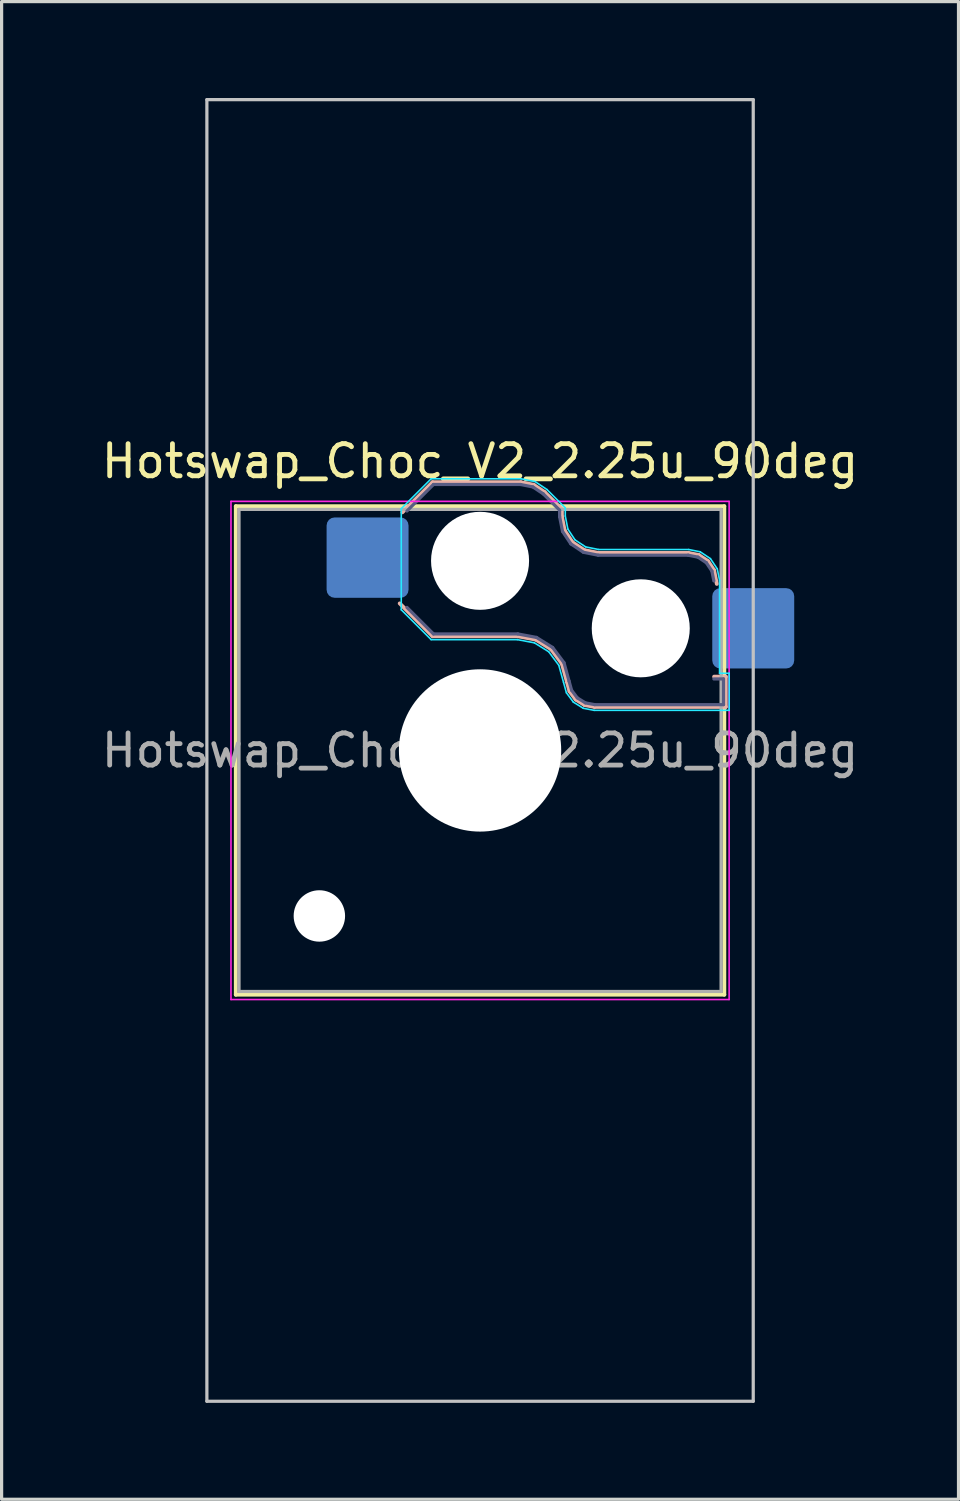
<source format=kicad_pcb>
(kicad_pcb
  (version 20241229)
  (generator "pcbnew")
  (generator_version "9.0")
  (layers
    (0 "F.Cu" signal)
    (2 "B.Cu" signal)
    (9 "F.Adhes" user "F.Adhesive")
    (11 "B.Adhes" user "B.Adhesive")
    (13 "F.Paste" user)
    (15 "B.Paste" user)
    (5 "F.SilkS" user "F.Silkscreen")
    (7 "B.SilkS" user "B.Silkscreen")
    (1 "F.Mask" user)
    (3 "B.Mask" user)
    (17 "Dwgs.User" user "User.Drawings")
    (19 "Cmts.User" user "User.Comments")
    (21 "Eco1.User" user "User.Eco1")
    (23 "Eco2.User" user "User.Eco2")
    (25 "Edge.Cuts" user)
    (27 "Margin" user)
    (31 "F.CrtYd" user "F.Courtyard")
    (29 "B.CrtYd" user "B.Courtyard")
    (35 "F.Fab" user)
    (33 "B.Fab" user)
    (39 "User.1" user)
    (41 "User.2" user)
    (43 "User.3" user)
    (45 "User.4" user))
  (footprint "Hotswap_Choc_V2_2.25u_90deg"
    (layer "F.Cu")
    (at 11.887 20.3)
    (property "Reference" "Hotswap_Choc_V2_2.25u_90deg" (at 0 -9 0) (layer "F.SilkS") (effects (font (size 1 1) (thickness 0.15))))
    (attr smd)
    (fp_line (start -7.6 -7.6) (end -7.6 7.6) (stroke (width 0.12) (type solid)) (layer "F.SilkS"))
    (fp_line (start -7.6 7.6) (end 7.6 7.6) (stroke (width 0.12) (type solid)) (layer "F.SilkS"))
    (fp_line (start 7.6 -7.6) (end -7.6 -7.6) (stroke (width 0.12) (type solid)) (layer "F.SilkS"))
    (fp_line (start 7.6 7.6) (end 7.6 -7.6) (stroke (width 0.12) (type solid)) (layer "F.SilkS"))
    (fp_line (start -2.416 -7.409) (end -1.479 -8.346) (stroke (width 0.12) (type solid)) (layer "B.SilkS"))
    (fp_line (start -1.479 -8.346) (end 1.268 -8.346) (stroke (width 0.12) (type solid)) (layer "B.SilkS"))
    (fp_line (start -1.479 -3.554) (end -2.5 -4.575) (stroke (width 0.12) (type solid)) (layer "B.SilkS"))
    (fp_line (start 1.168 -3.554) (end -1.479 -3.554) (stroke (width 0.12) (type solid)) (layer "B.SilkS"))
    (fp_line (start 1.268 -8.346) (end 1.671 -8.266) (stroke (width 0.12) (type solid)) (layer "B.SilkS"))
    (fp_line (start 1.671 -8.266) (end 2.013 -8.037) (stroke (width 0.12) (type solid)) (layer "B.SilkS"))
    (fp_line (start 1.73 -3.449) (end 1.168 -3.554) (stroke (width 0.12) (type solid)) (layer "B.SilkS"))
    (fp_line (start 2.013 -8.037) (end 2.546 -7.504) (stroke (width 0.12) (type solid)) (layer "B.SilkS"))
    (fp_line (start 2.209 -3.15) (end 1.73 -3.449) (stroke (width 0.12) (type solid)) (layer "B.SilkS"))
    (fp_line (start 2.546 -7.504) (end 2.546 -7.282) (stroke (width 0.12) (type solid)) (layer "B.SilkS"))
    (fp_line (start 2.546 -7.282) (end 2.633 -6.844) (stroke (width 0.12) (type solid)) (layer "B.SilkS"))
    (fp_line (start 2.547 -2.697) (end 2.209 -3.15) (stroke (width 0.12) (type solid)) (layer "B.SilkS"))
    (fp_line (start 2.633 -6.844) (end 2.877 -6.477) (stroke (width 0.12) (type solid)) (layer "B.SilkS"))
    (fp_line (start 2.701 -2.139) (end 2.547 -2.697) (stroke (width 0.12) (type solid)) (layer "B.SilkS"))
    (fp_line (start 2.783 -1.841) (end 2.701 -2.139) (stroke (width 0.12) (type solid)) (layer "B.SilkS"))
    (fp_line (start 2.877 -6.477) (end 3.244 -6.233) (stroke (width 0.12) (type solid)) (layer "B.SilkS"))
    (fp_line (start 2.976 -1.583) (end 2.783 -1.841) (stroke (width 0.12) (type solid)) (layer "B.SilkS"))
    (fp_line (start 3.244 -6.233) (end 3.682 -6.146) (stroke (width 0.12) (type solid)) (layer "B.SilkS"))
    (fp_line (start 3.25 -1.413) (end 2.976 -1.583) (stroke (width 0.12) (type solid)) (layer "B.SilkS"))
    (fp_line (start 3.56 -1.354) (end 3.25 -1.413) (stroke (width 0.12) (type solid)) (layer "B.SilkS"))
    (fp_line (start 3.682 -6.146) (end 6.482 -6.146) (stroke (width 0.12) (type solid)) (layer "B.SilkS"))
    (fp_line (start 6.482 -6.146) (end 6.809 -6.081) (stroke (width 0.12) (type solid)) (layer "B.SilkS"))
    (fp_line (start 6.809 -6.081) (end 7.092 -5.892) (stroke (width 0.12) (type solid)) (layer "B.SilkS"))
    (fp_line (start 7.092 -5.892) (end 7.281 -5.609) (stroke (width 0.12) (type solid)) (layer "B.SilkS"))
    (fp_line (start 7.281 -5.609) (end 7.366 -5.182) (stroke (width 0.12) (type solid)) (layer "B.SilkS"))
    (fp_line (start 7.283 -2.296) (end 7.646 -2.296) (stroke (width 0.12) (type solid)) (layer "B.SilkS"))
    (fp_line (start 7.646 -2.296) (end 7.646 -1.354) (stroke (width 0.12) (type solid)) (layer "B.SilkS"))
    (fp_line (start 7.646 -1.354) (end 3.56 -1.354) (stroke (width 0.12) (type solid)) (layer "B.SilkS"))
    (fp_line (start -8.5 -20.25) (end 8.5 -20.25) (stroke (width 0.1) (type solid)) (layer "Dwgs.User"))
    (fp_line (start -8.5 20.25) (end -8.5 -20.25) (stroke (width 0.1) (type solid)) (layer "Dwgs.User"))
    (fp_line (start 8.5 -20.25) (end 8.5 20.25) (stroke (width 0.1) (type solid)) (layer "Dwgs.User"))
    (fp_line (start 8.5 20.25) (end -8.5 20.25) (stroke (width 0.1) (type solid)) (layer "Dwgs.User"))
    (fp_line (start -7.25 -7.25) (end -7.25 7.25) (stroke (width 0.1) (type solid)) (layer "Eco1.User"))
    (fp_line (start -7.25 7.25) (end 7.25 7.25) (stroke (width 0.1) (type solid)) (layer "Eco1.User"))
    (fp_line (start 7.25 -7.25) (end -7.25 -7.25) (stroke (width 0.1) (type solid)) (layer "Eco1.User"))
    (fp_line (start 7.25 7.25) (end 7.25 -7.25) (stroke (width 0.1) (type solid)) (layer "Eco1.User"))
    (fp_line (start -2.452 -7.523) (end -1.523 -8.452) (stroke (width 0.05) (type solid)) (layer "B.CrtYd"))
    (fp_line (start -2.452 -4.377) (end -2.452 -7.523) (stroke (width 0.05) (type solid)) (layer "B.CrtYd"))
    (fp_line (start -1.523 -8.452) (end 1.278 -8.452) (stroke (width 0.05) (type solid)) (layer "B.CrtYd"))
    (fp_line (start -1.523 -3.448) (end -2.452 -4.377) (stroke (width 0.05) (type solid)) (layer "B.CrtYd"))
    (fp_line (start 1.159 -3.448) (end -1.523 -3.448) (stroke (width 0.05) (type solid)) (layer "B.CrtYd"))
    (fp_line (start 1.278 -8.452) (end 1.712 -8.366) (stroke (width 0.05) (type solid)) (layer "B.CrtYd"))
    (fp_line (start 1.691 -3.348) (end 1.159 -3.448) (stroke (width 0.05) (type solid)) (layer "B.CrtYd"))
    (fp_line (start 1.712 -8.366) (end 2.081 -8.119) (stroke (width 0.05) (type solid)) (layer "B.CrtYd"))
    (fp_line (start 2.081 -8.119) (end 2.652 -7.548) (stroke (width 0.05) (type solid)) (layer "B.CrtYd"))
    (fp_line (start 2.136 -3.071) (end 1.691 -3.348) (stroke (width 0.05) (type solid)) (layer "B.CrtYd"))
    (fp_line (start 2.45 -2.65) (end 2.136 -3.071) (stroke (width 0.05) (type solid)) (layer "B.CrtYd"))
    (fp_line (start 2.599 -2.111) (end 2.45 -2.65) (stroke (width 0.05) (type solid)) (layer "B.CrtYd"))
    (fp_line (start 2.652 -7.548) (end 2.652 -7.292) (stroke (width 0.05) (type solid)) (layer "B.CrtYd"))
    (fp_line (start 2.652 -7.292) (end 2.733 -6.885) (stroke (width 0.05) (type solid)) (layer "B.CrtYd"))
    (fp_line (start 2.687 -1.794) (end 2.599 -2.111) (stroke (width 0.05) (type solid)) (layer "B.CrtYd"))
    (fp_line (start 2.733 -6.885) (end 2.953 -6.553) (stroke (width 0.05) (type solid)) (layer "B.CrtYd"))
    (fp_line (start 2.903 -1.503) (end 2.687 -1.794) (stroke (width 0.05) (type solid)) (layer "B.CrtYd"))
    (fp_line (start 2.953 -6.553) (end 3.285 -6.333) (stroke (width 0.05) (type solid)) (layer "B.CrtYd"))
    (fp_line (start 3.211 -1.312) (end 2.903 -1.503) (stroke (width 0.05) (type solid)) (layer "B.CrtYd"))
    (fp_line (start 3.285 -6.333) (end 3.692 -6.252) (stroke (width 0.05) (type solid)) (layer "B.CrtYd"))
    (fp_line (start 3.55 -1.248) (end 3.211 -1.312) (stroke (width 0.05) (type solid)) (layer "B.CrtYd"))
    (fp_line (start 3.692 -6.252) (end 6.492 -6.252) (stroke (width 0.05) (type solid)) (layer "B.CrtYd"))
    (fp_line (start 6.492 -6.252) (end 6.85 -6.181) (stroke (width 0.05) (type solid)) (layer "B.CrtYd"))
    (fp_line (start 6.85 -6.181) (end 7.168 -5.968) (stroke (width 0.05) (type solid)) (layer "B.CrtYd"))
    (fp_line (start 7.168 -5.968) (end 7.381 -5.65) (stroke (width 0.05) (type solid)) (layer "B.CrtYd"))
    (fp_line (start 7.381 -5.65) (end 7.452 -5.292) (stroke (width 0.05) (type solid)) (layer "B.CrtYd"))
    (fp_line (start 7.452 -5.292) (end 7.452 -2.402) (stroke (width 0.05) (type solid)) (layer "B.CrtYd"))
    (fp_line (start 7.452 -2.402) (end 7.752 -2.402) (stroke (width 0.05) (type solid)) (layer "B.CrtYd"))
    (fp_line (start 7.752 -2.402) (end 7.752 -1.248) (stroke (width 0.05) (type solid)) (layer "B.CrtYd"))
    (fp_line (start 7.752 -1.248) (end 3.55 -1.248) (stroke (width 0.05) (type solid)) (layer "B.CrtYd"))
    (fp_line (start -7.75 -7.75) (end -7.75 7.75) (stroke (width 0.05) (type solid)) (layer "F.CrtYd"))
    (fp_line (start -7.75 7.75) (end 7.75 7.75) (stroke (width 0.05) (type solid)) (layer "F.CrtYd"))
    (fp_line (start 7.75 -7.75) (end -7.75 -7.75) (stroke (width 0.05) (type solid)) (layer "F.CrtYd"))
    (fp_line (start 7.75 7.75) (end 7.75 -7.75) (stroke (width 0.05) (type solid)) (layer "F.CrtYd"))
    (fp_line (start -2.275 -7.45) (end -1.45 -8.275) (stroke (width 0.1) (type solid)) (layer "B.Fab"))
    (fp_line (start -1.45 -8.275) (end 1.261 -8.275) (stroke (width 0.1) (type solid)) (layer "B.Fab"))
    (fp_line (start -1.45 -3.625) (end -2.275 -4.45) (stroke (width 0.1) (type solid)) (layer "B.Fab"))
    (fp_line (start 1.175 -3.625) (end -1.45 -3.625) (stroke (width 0.1) (type solid)) (layer "B.Fab"))
    (fp_line (start 1.261 -8.275) (end 1.643 -8.199) (stroke (width 0.1) (type solid)) (layer "B.Fab"))
    (fp_line (start 1.643 -8.199) (end 1.968 -7.982) (stroke (width 0.1) (type solid)) (layer "B.Fab"))
    (fp_line (start 1.756 -3.516) (end 1.175 -3.625) (stroke (width 0.1) (type solid)) (layer "B.Fab"))
    (fp_line (start 1.968 -7.982) (end 2.475 -7.475) (stroke (width 0.1) (type solid)) (layer "B.Fab"))
    (fp_line (start 2.258 -3.203) (end 1.756 -3.516) (stroke (width 0.1) (type solid)) (layer "B.Fab"))
    (fp_line (start 2.475 -7.475) (end 2.475 -7.275) (stroke (width 0.1) (type solid)) (layer "B.Fab"))
    (fp_line (start 2.475 -7.275) (end 2.566 -6.816) (stroke (width 0.1) (type solid)) (layer "B.Fab"))
    (fp_line (start 2.566 -6.816) (end 2.826 -6.426) (stroke (width 0.1) (type solid)) (layer "B.Fab"))
    (fp_line (start 2.612 -2.729) (end 2.258 -3.203) (stroke (width 0.1) (type solid)) (layer "B.Fab"))
    (fp_line (start 2.769 -2.158) (end 2.612 -2.729) (stroke (width 0.1) (type solid)) (layer "B.Fab"))
    (fp_line (start 2.826 -6.426) (end 3.216 -6.166) (stroke (width 0.1) (type solid)) (layer "B.Fab"))
    (fp_line (start 2.848 -1.873) (end 2.769 -2.158) (stroke (width 0.1) (type solid)) (layer "B.Fab"))
    (fp_line (start 3.025 -1.636) (end 2.848 -1.873) (stroke (width 0.1) (type solid)) (layer "B.Fab"))
    (fp_line (start 3.216 -6.166) (end 3.675 -6.075) (stroke (width 0.1) (type solid)) (layer "B.Fab"))
    (fp_line (start 3.276 -1.48) (end 3.025 -1.636) (stroke (width 0.1) (type solid)) (layer "B.Fab"))
    (fp_line (start 3.567 -1.425) (end 3.276 -1.48) (stroke (width 0.1) (type solid)) (layer "B.Fab"))
    (fp_line (start 3.675 -6.075) (end 6.475 -6.075) (stroke (width 0.1) (type solid)) (layer "B.Fab"))
    (fp_line (start 6.475 -6.075) (end 6.781 -6.014) (stroke (width 0.1) (type solid)) (layer "B.Fab"))
    (fp_line (start 6.781 -6.014) (end 7.041 -5.841) (stroke (width 0.1) (type solid)) (layer "B.Fab"))
    (fp_line (start 7.041 -5.841) (end 7.214 -5.581) (stroke (width 0.1) (type solid)) (layer "B.Fab"))
    (fp_line (start 7.214 -5.581) (end 7.275 -5.275) (stroke (width 0.1) (type solid)) (layer "B.Fab"))
    (fp_line (start 7.275 -2.225) (end 7.575 -2.225) (stroke (width 0.1) (type solid)) (layer "B.Fab"))
    (fp_line (start 7.575 -2.225) (end 7.575 -1.425) (stroke (width 0.1) (type solid)) (layer "B.Fab"))
    (fp_line (start 7.575 -1.425) (end 3.567 -1.425) (stroke (width 0.1) (type solid)) (layer "B.Fab"))
    (fp_line (start -7.5 -7.5) (end -7.5 7.5) (stroke (width 0.1) (type solid)) (layer "F.Fab"))
    (fp_line (start -7.5 7.5) (end 7.5 7.5) (stroke (width 0.1) (type solid)) (layer "F.Fab"))
    (fp_line (start 7.5 -7.5) (end -7.5 -7.5) (stroke (width 0.1) (type solid)) (layer "F.Fab"))
    (fp_line (start 7.5 7.5) (end 7.5 -7.5) (stroke (width 0.1) (type solid)) (layer "F.Fab"))
    (fp_text user "${REFERENCE}" (at 0 0 0) (layer "F.Fab") (effects (font (size 1 1) (thickness 0.15))))
    (pad "" np_thru_hole circle (at -5 5.15) (size 1.6 1.6) (drill 1.6) (layers "*.Cu" "*.Mask"))
    (pad "" np_thru_hole circle (at 0 -5.9) (size 3.05 3.05) (drill 3.05) (layers "*.Cu" "*.Mask"))
    (pad "" np_thru_hole circle (at 0 0) (size 5.05 5.05) (drill 5.05) (layers "*.Cu" "*.Mask"))
    (pad "" np_thru_hole circle (at 5 -3.8) (size 3.05 3.05) (drill 3.05) (layers "*.Cu" "*.Mask"))
    (pad "1" smd roundrect (at -3.5 -6) (size 2.55 2.5) (layers "B.Cu" "B.Mask" "B.Paste") (roundrect_rratio 0.1))
    (pad "2" smd roundrect (at 8.5 -3.8) (size 2.55 2.5) (layers "B.Cu" "B.Mask" "B.Paste") (roundrect_rratio 0.1)))
  (gr_rect
    (start -3 -3)
    (end 26.774 43.6)
    (stroke (width 0.1) (type default))
    (fill no)
    (layer "Edge.Cuts")))
</source>
